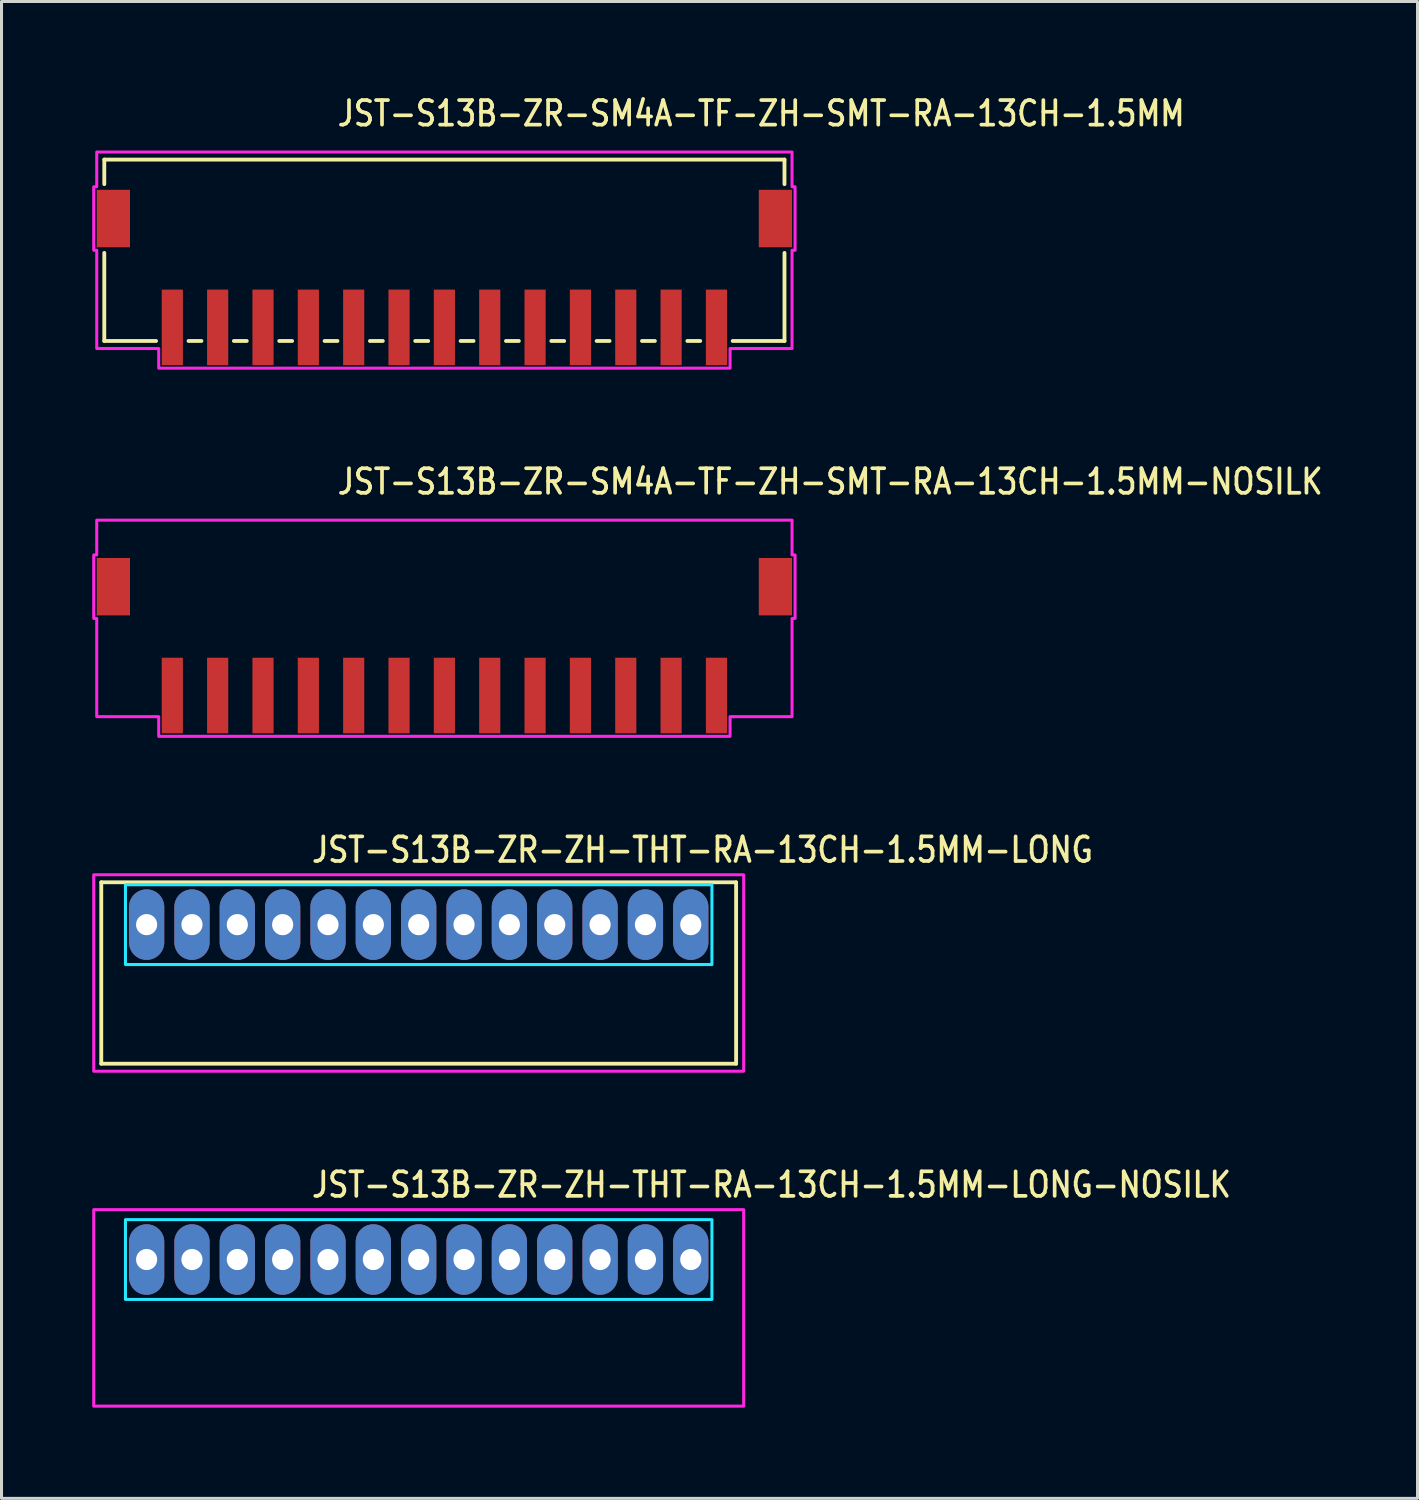
<source format=kicad_pcb>
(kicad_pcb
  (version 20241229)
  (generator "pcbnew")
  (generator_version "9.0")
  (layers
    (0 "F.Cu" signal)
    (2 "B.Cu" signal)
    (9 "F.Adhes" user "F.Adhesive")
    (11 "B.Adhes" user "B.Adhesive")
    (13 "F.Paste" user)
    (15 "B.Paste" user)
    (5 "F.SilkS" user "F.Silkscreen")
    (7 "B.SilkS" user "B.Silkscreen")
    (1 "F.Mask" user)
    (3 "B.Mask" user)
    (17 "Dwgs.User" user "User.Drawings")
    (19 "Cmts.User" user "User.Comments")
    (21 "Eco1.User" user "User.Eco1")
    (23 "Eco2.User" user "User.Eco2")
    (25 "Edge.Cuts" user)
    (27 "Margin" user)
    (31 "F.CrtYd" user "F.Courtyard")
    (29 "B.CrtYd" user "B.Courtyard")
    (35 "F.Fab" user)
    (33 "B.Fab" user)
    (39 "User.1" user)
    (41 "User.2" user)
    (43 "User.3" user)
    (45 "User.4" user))
  (footprint "JST-S13B-ZR-ZH-THT-RA-13CH-1.5MM-LONG-NOSILK"
    (layer "F.Cu")
    (at 10.8 38.614)
    (property "Reference" "JST-S13B-ZR-ZH-THT-RA-13CH-1.5MM-LONG-NOSILK" (at -3.6 -2 0) (unlocked yes) (layer "F.SilkS") (effects (font (size 0.813 0.695) (thickness 0.122)) (justify left bottom)))
    (fp_poly (pts (xy -9.7 -1.32) (xy -9.7 1.32) (xy 9.7 1.32) (xy 9.7 -1.32)) (stroke (width 0.1) (type solid)) (fill no) (layer "B.CrtYd"))
    (fp_poly (pts (xy -10.75 -1.65) (xy -10.75 4.85) (xy 10.75 4.85) (xy 10.75 -1.65)) (stroke (width 0.1) (type solid)) (fill no) (layer "F.CrtYd"))
    (pad "P$1" thru_hole oval (at -9 0 90) (size 2.333 1.167) (drill 0.7) (layers "*.Cu" "*.Mask"))
    (pad "P$2" thru_hole oval (at -7.5 0 90) (size 2.333 1.167) (drill 0.7) (layers "*.Cu" "*.Mask"))
    (pad "P$3" thru_hole oval (at -6 0 90) (size 2.333 1.167) (drill 0.7) (layers "*.Cu" "*.Mask"))
    (pad "P$4" thru_hole oval (at -4.5 0 90) (size 2.333 1.167) (drill 0.7) (layers "*.Cu" "*.Mask"))
    (pad "P$5" thru_hole oval (at -3 0 90) (size 2.333 1.167) (drill 0.7) (layers "*.Cu" "*.Mask"))
    (pad "P$6" thru_hole oval (at -1.5 0 90) (size 2.333 1.167) (drill 0.7) (layers "*.Cu" "*.Mask"))
    (pad "P$7" thru_hole oval (at 0 0 90) (size 2.333 1.167) (drill 0.7) (layers "*.Cu" "*.Mask"))
    (pad "P$8" thru_hole oval (at 1.5 0 90) (size 2.333 1.167) (drill 0.7) (layers "*.Cu" "*.Mask"))
    (pad "P$9" thru_hole oval (at 3 0 90) (size 2.333 1.167) (drill 0.7) (layers "*.Cu" "*.Mask"))
    (pad "P$10" thru_hole oval (at 4.5 0 90) (size 2.333 1.167) (drill 0.7) (layers "*.Cu" "*.Mask"))
    (pad "P$11" thru_hole oval (at 6 0 90) (size 2.333 1.167) (drill 0.7) (layers "*.Cu" "*.Mask"))
    (pad "P$12" thru_hole oval (at 7.5 0 90) (size 2.333 1.167) (drill 0.7) (layers "*.Cu" "*.Mask"))
    (pad "P$13" thru_hole oval (at 9 0 90) (size 2.333 1.167) (drill 0.7) (layers "*.Cu" "*.Mask")))
  (footprint "JST-S13B-ZR-SM4A-TF-ZH-SMT-RA-13CH-1.5MM"
    (layer "F.Cu")
    (at 11.65 4.179)
    (property "Reference" "JST-S13B-ZR-SM4A-TF-ZH-SMT-RA-13CH-1.5MM" (at -3.6 -3 0) (unlocked yes) (layer "F.SilkS") (effects (font (size 0.813 0.695) (thickness 0.122)) (justify left bottom)))
    (fp_line (start -11.25 -1.95) (end -11.25 -1.137) (stroke (width 0.127) (type solid)) (layer "F.SilkS"))
    (fp_line (start -11.25 -1.95) (end 11.25 -1.95) (stroke (width 0.127) (type solid)) (layer "F.SilkS"))
    (fp_line (start -11.25 4.05) (end -11.25 1.137) (stroke (width 0.127) (type solid)) (layer "F.SilkS"))
    (fp_line (start -11.25 4.05) (end -9.537 4.05) (stroke (width 0.127) (type solid)) (layer "F.SilkS"))
    (fp_line (start -8.463 4.05) (end -8.037 4.05) (stroke (width 0.127) (type solid)) (layer "F.SilkS"))
    (fp_line (start -6.963 4.05) (end -6.537 4.05) (stroke (width 0.127) (type solid)) (layer "F.SilkS"))
    (fp_line (start -5.463 4.05) (end -5.037 4.05) (stroke (width 0.127) (type solid)) (layer "F.SilkS"))
    (fp_line (start -3.963 4.05) (end -3.537 4.05) (stroke (width 0.127) (type solid)) (layer "F.SilkS"))
    (fp_line (start -2.463 4.05) (end -2.037 4.05) (stroke (width 0.127) (type solid)) (layer "F.SilkS"))
    (fp_line (start -0.964 4.05) (end -0.536 4.05) (stroke (width 0.127) (type solid)) (layer "F.SilkS"))
    (fp_line (start 0.536 4.05) (end 0.964 4.05) (stroke (width 0.127) (type solid)) (layer "F.SilkS"))
    (fp_line (start 2.037 4.05) (end 2.463 4.05) (stroke (width 0.127) (type solid)) (layer "F.SilkS"))
    (fp_line (start 3.537 4.05) (end 3.963 4.05) (stroke (width 0.127) (type solid)) (layer "F.SilkS"))
    (fp_line (start 5.037 4.05) (end 5.463 4.05) (stroke (width 0.127) (type solid)) (layer "F.SilkS"))
    (fp_line (start 6.537 4.05) (end 6.963 4.05) (stroke (width 0.127) (type solid)) (layer "F.SilkS"))
    (fp_line (start 8.037 4.05) (end 8.463 4.05) (stroke (width 0.127) (type solid)) (layer "F.SilkS"))
    (fp_line (start 9.537 4.05) (end 11.25 4.05) (stroke (width 0.127) (type solid)) (layer "F.SilkS"))
    (fp_line (start 11.25 -1.137) (end 11.25 -1.95) (stroke (width 0.127) (type solid)) (layer "F.SilkS"))
    (fp_line (start 11.25 1.137) (end 11.25 4.05) (stroke (width 0.127) (type solid)) (layer "F.SilkS"))
    (fp_poly (pts (xy -11.5 -2.2) (xy -11.5 -1.05) (xy -11.6 -1.05) (xy -11.6 1.05) (xy -11.5 1.05) (xy -11.5 4.3) (xy -9.45 4.3) (xy -9.45 4.95) (xy 9.45 4.95) (xy 9.45 4.3) (xy 11.5 4.3) (xy 11.5 1.05) (xy 11.6 1.05) (xy 11.6 -1.05) (xy 11.5 -1.05) (xy 11.5 -2.2)) (stroke (width 0.1) (type solid)) (fill no) (layer "F.CrtYd"))
    (pad "P$1" smd rect (at 9 3.6) (size 0.7 2.5) (layers "F.Cu" "F.Mask" "F.Paste"))
    (pad "P$2" smd rect (at 7.5 3.6) (size 0.7 2.5) (layers "F.Cu" "F.Mask" "F.Paste"))
    (pad "P$3" smd rect (at 6 3.6) (size 0.7 2.5) (layers "F.Cu" "F.Mask" "F.Paste"))
    (pad "P$4" smd rect (at 4.5 3.6) (size 0.7 2.5) (layers "F.Cu" "F.Mask" "F.Paste"))
    (pad "P$5" smd rect (at 3 3.6) (size 0.7 2.5) (layers "F.Cu" "F.Mask" "F.Paste"))
    (pad "P$6" smd rect (at 1.5 3.6) (size 0.7 2.5) (layers "F.Cu" "F.Mask" "F.Paste"))
    (pad "P$7" smd rect (at 0 3.6) (size 0.7 2.5) (layers "F.Cu" "F.Mask" "F.Paste"))
    (pad "P$8" smd rect (at -1.5 3.6) (size 0.7 2.5) (layers "F.Cu" "F.Mask" "F.Paste"))
    (pad "P$9" smd rect (at -3 3.6) (size 0.7 2.5) (layers "F.Cu" "F.Mask" "F.Paste"))
    (pad "P$10" smd rect (at -4.5 3.6) (size 0.7 2.5) (layers "F.Cu" "F.Mask" "F.Paste"))
    (pad "P$11" smd rect (at -6 3.6) (size 0.7 2.5) (layers "F.Cu" "F.Mask" "F.Paste"))
    (pad "P$12" smd rect (at -7.5 3.6) (size 0.7 2.5) (layers "F.Cu" "F.Mask" "F.Paste"))
    (pad "P$13" smd rect (at -9 3.6) (size 0.7 2.5) (layers "F.Cu" "F.Mask" "F.Paste"))
    (pad "S$1" smd rect (at -10.95 0) (size 1.1 1.9) (layers "F.Cu" "F.Mask" "F.Paste"))
    (pad "S$2" smd rect (at 10.95 0) (size 1.1 1.9) (layers "F.Cu" "F.Mask" "F.Paste")))
  (footprint "JST-S13B-ZR-ZH-THT-RA-13CH-1.5MM-LONG"
    (layer "F.Cu")
    (at 10.8 27.536)
    (property "Reference" "JST-S13B-ZR-ZH-THT-RA-13CH-1.5MM-LONG" (at -3.6 -2 0) (unlocked yes) (layer "F.SilkS") (effects (font (size 0.813 0.695) (thickness 0.122)) (justify left bottom)))
    (fp_line (start -10.5 -1.4) (end 10.5 -1.4) (stroke (width 0.127) (type solid)) (layer "F.SilkS"))
    (fp_line (start -10.5 4.6) (end -10.5 -1.4) (stroke (width 0.127) (type solid)) (layer "F.SilkS"))
    (fp_line (start -10.5 4.6) (end 10.5 4.6) (stroke (width 0.127) (type solid)) (layer "F.SilkS"))
    (fp_line (start 10.5 -1.4) (end 10.5 4.6) (stroke (width 0.127) (type solid)) (layer "F.SilkS"))
    (fp_poly (pts (xy -9.7 -1.32) (xy -9.7 1.32) (xy 9.7 1.32) (xy 9.7 -1.32)) (stroke (width 0.1) (type solid)) (fill no) (layer "B.CrtYd"))
    (fp_poly (pts (xy -10.75 -1.65) (xy -10.75 4.85) (xy 10.75 4.85) (xy 10.75 -1.65)) (stroke (width 0.1) (type solid)) (fill no) (layer "F.CrtYd"))
    (pad "P$1" thru_hole oval (at -9 0 90) (size 2.333 1.167) (drill 0.7) (layers "*.Cu" "*.Mask"))
    (pad "P$2" thru_hole oval (at -7.5 0 90) (size 2.333 1.167) (drill 0.7) (layers "*.Cu" "*.Mask"))
    (pad "P$3" thru_hole oval (at -6 0 90) (size 2.333 1.167) (drill 0.7) (layers "*.Cu" "*.Mask"))
    (pad "P$4" thru_hole oval (at -4.5 0 90) (size 2.333 1.167) (drill 0.7) (layers "*.Cu" "*.Mask"))
    (pad "P$5" thru_hole oval (at -3 0 90) (size 2.333 1.167) (drill 0.7) (layers "*.Cu" "*.Mask"))
    (pad "P$6" thru_hole oval (at -1.5 0 90) (size 2.333 1.167) (drill 0.7) (layers "*.Cu" "*.Mask"))
    (pad "P$7" thru_hole oval (at 0 0 90) (size 2.333 1.167) (drill 0.7) (layers "*.Cu" "*.Mask"))
    (pad "P$8" thru_hole oval (at 1.5 0 90) (size 2.333 1.167) (drill 0.7) (layers "*.Cu" "*.Mask"))
    (pad "P$9" thru_hole oval (at 3 0 90) (size 2.333 1.167) (drill 0.7) (layers "*.Cu" "*.Mask"))
    (pad "P$10" thru_hole oval (at 4.5 0 90) (size 2.333 1.167) (drill 0.7) (layers "*.Cu" "*.Mask"))
    (pad "P$11" thru_hole oval (at 6 0 90) (size 2.333 1.167) (drill 0.7) (layers "*.Cu" "*.Mask"))
    (pad "P$12" thru_hole oval (at 7.5 0 90) (size 2.333 1.167) (drill 0.7) (layers "*.Cu" "*.Mask"))
    (pad "P$13" thru_hole oval (at 9 0 90) (size 2.333 1.167) (drill 0.7) (layers "*.Cu" "*.Mask")))
  (footprint "JST-S13B-ZR-SM4A-TF-ZH-SMT-RA-13CH-1.5MM-NOSILK"
    (layer "F.Cu")
    (at 11.65 16.357)
    (property "Reference" "JST-S13B-ZR-SM4A-TF-ZH-SMT-RA-13CH-1.5MM-NOSILK" (at -3.6 -3 0) (unlocked yes) (layer "F.SilkS") (effects (font (size 0.813 0.695) (thickness 0.122)) (justify left bottom)))
    (fp_poly (pts (xy -11.5 -2.2) (xy -11.5 -1.05) (xy -11.6 -1.05) (xy -11.6 1.05) (xy -11.5 1.05) (xy -11.5 4.3) (xy -9.45 4.3) (xy -9.45 4.95) (xy 9.45 4.95) (xy 9.45 4.3) (xy 11.5 4.3) (xy 11.5 1.05) (xy 11.6 1.05) (xy 11.6 -1.05) (xy 11.5 -1.05) (xy 11.5 -2.2)) (stroke (width 0.1) (type solid)) (fill no) (layer "F.CrtYd"))
    (pad "P$1" smd rect (at 9 3.6) (size 0.7 2.5) (layers "F.Cu" "F.Mask" "F.Paste"))
    (pad "P$2" smd rect (at 7.5 3.6) (size 0.7 2.5) (layers "F.Cu" "F.Mask" "F.Paste"))
    (pad "P$3" smd rect (at 6 3.6) (size 0.7 2.5) (layers "F.Cu" "F.Mask" "F.Paste"))
    (pad "P$4" smd rect (at 4.5 3.6) (size 0.7 2.5) (layers "F.Cu" "F.Mask" "F.Paste"))
    (pad "P$5" smd rect (at 3 3.6) (size 0.7 2.5) (layers "F.Cu" "F.Mask" "F.Paste"))
    (pad "P$6" smd rect (at 1.5 3.6) (size 0.7 2.5) (layers "F.Cu" "F.Mask" "F.Paste"))
    (pad "P$7" smd rect (at 0 3.6) (size 0.7 2.5) (layers "F.Cu" "F.Mask" "F.Paste"))
    (pad "P$8" smd rect (at -1.5 3.6) (size 0.7 2.5) (layers "F.Cu" "F.Mask" "F.Paste"))
    (pad "P$9" smd rect (at -3 3.6) (size 0.7 2.5) (layers "F.Cu" "F.Mask" "F.Paste"))
    (pad "P$10" smd rect (at -4.5 3.6) (size 0.7 2.5) (layers "F.Cu" "F.Mask" "F.Paste"))
    (pad "P$11" smd rect (at -6 3.6) (size 0.7 2.5) (layers "F.Cu" "F.Mask" "F.Paste"))
    (pad "P$12" smd rect (at -7.5 3.6) (size 0.7 2.5) (layers "F.Cu" "F.Mask" "F.Paste"))
    (pad "P$13" smd rect (at -9 3.6) (size 0.7 2.5) (layers "F.Cu" "F.Mask" "F.Paste"))
    (pad "S$1" smd rect (at -10.95 0) (size 1.1 1.9) (layers "F.Cu" "F.Mask" "F.Paste"))
    (pad "S$2" smd rect (at 10.95 0) (size 1.1 1.9) (layers "F.Cu" "F.Mask" "F.Paste")))
  (gr_rect
    (start -3 -3)
    (end 43.84 46.514)
    (stroke (width 0.1) (type default))
    (fill no)
    (layer "Edge.Cuts")))
</source>
